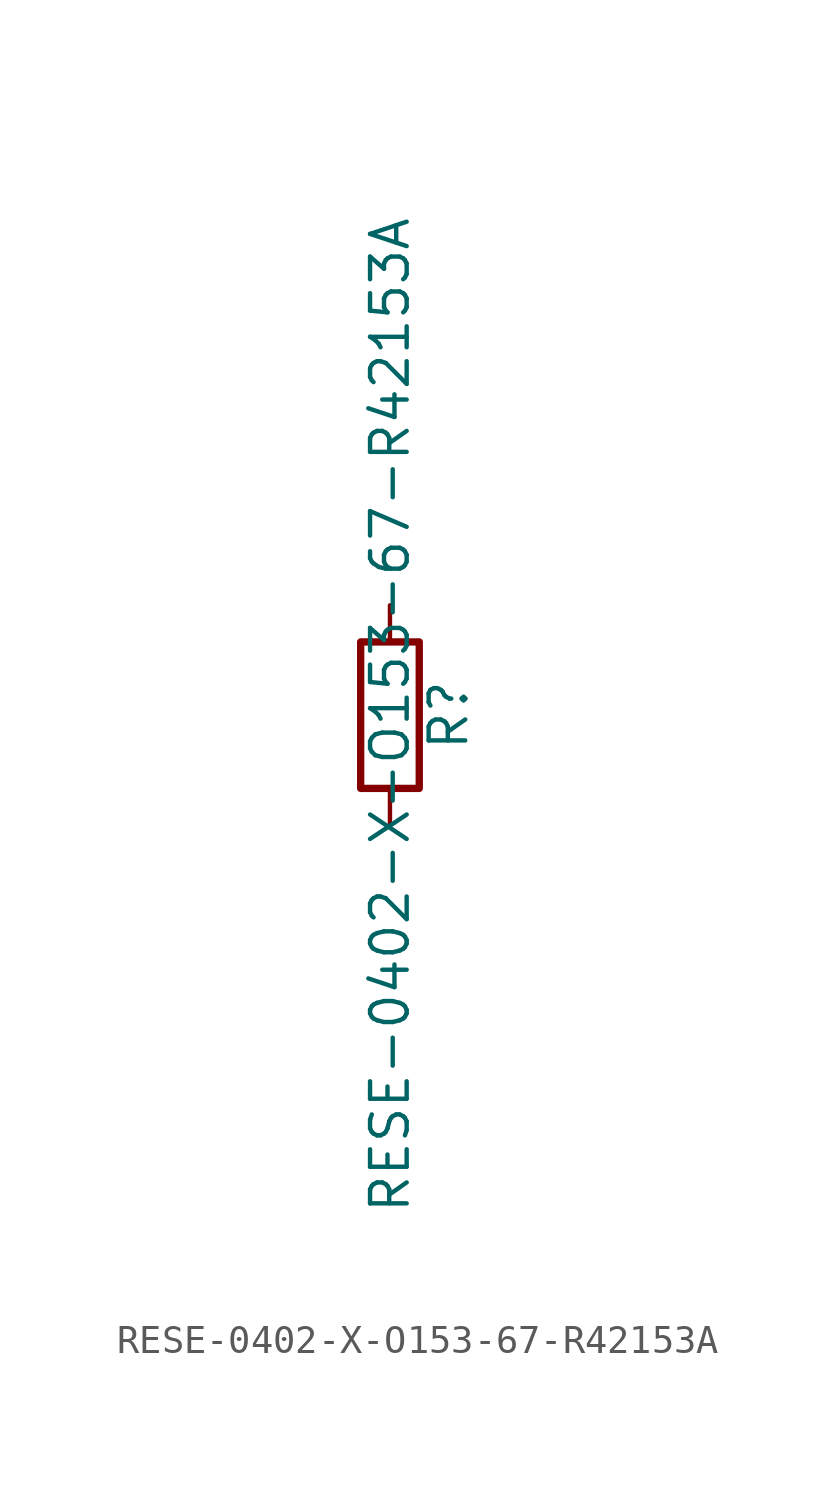
<source format=kicad_sym>
(kicad_symbol_lib
  (version 20211014)
  (generator kicad_symbol_editor)
  (symbol "RESE-0402-X-O153-67-R42153A"
    (pin_numbers hide)
    (pin_names
      (offset 0))
    (property "Reference" "R"
      (at 2.032 0 90)
      (effects (font (size 1.27 1.27))))
    (property "Value" "RESE-0402-X-O153-67-R42153A"
      (at 0 0 90)
      (effects (font (size 1.27 1.27))))
    (symbol "RESE-0402-X-O153-67-R42153A_0_1"
      (rectangle (start -1.016 -2.54) (end 1.016 2.54) (stroke (width 0.254) (type default) (color 0 0 0 0)) (fill (type none))))
    (symbol "RESE-0402-X-O153-67-R42153A_1_1"
      (pin passive line (at 0 3.81 270) (length 1.27) (name "~" (effects (font (size 1.27 1.27)))) (number "1" (effects (font (size 1.27 1.27)))))
      (pin passive line (at 0 -3.81 90) (length 1.27) (name "~" (effects (font (size 1.27 1.27)))) (number "2" (effects (font (size 1.27 1.27))))))))
</source>
